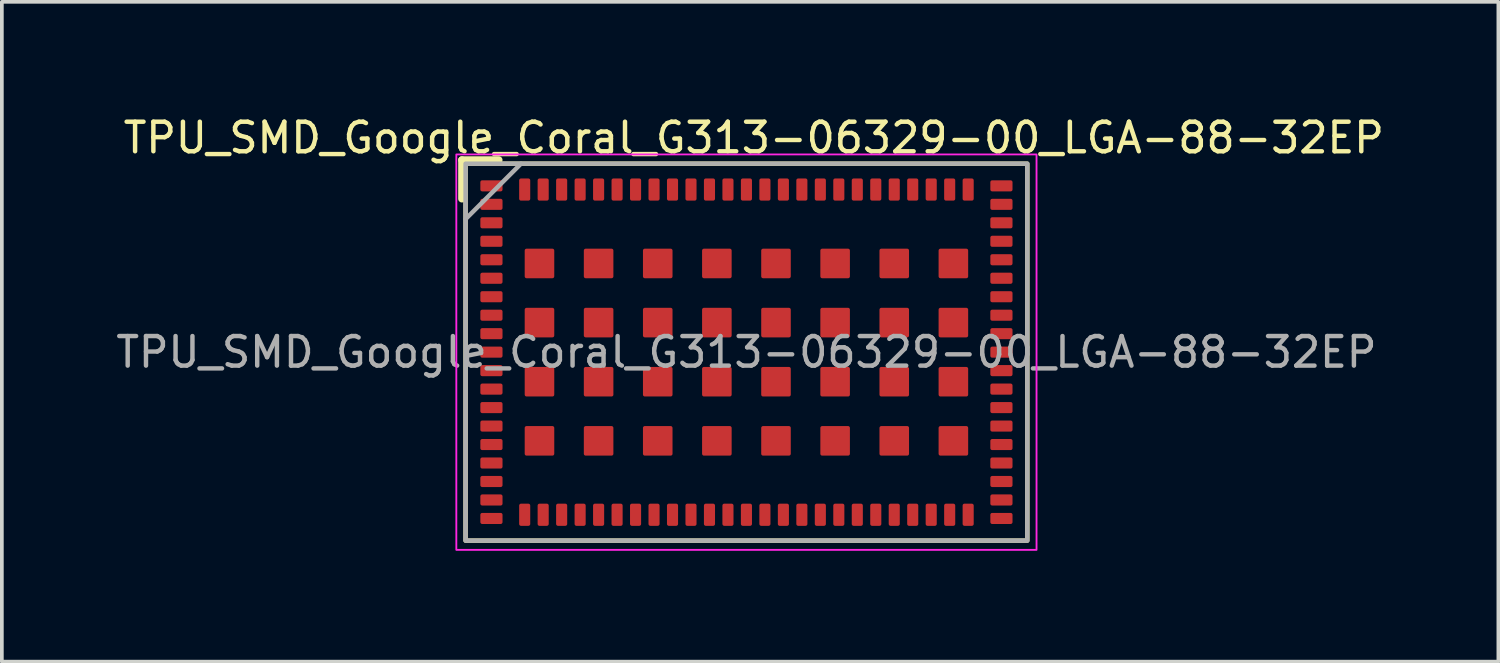
<source format=kicad_pcb>
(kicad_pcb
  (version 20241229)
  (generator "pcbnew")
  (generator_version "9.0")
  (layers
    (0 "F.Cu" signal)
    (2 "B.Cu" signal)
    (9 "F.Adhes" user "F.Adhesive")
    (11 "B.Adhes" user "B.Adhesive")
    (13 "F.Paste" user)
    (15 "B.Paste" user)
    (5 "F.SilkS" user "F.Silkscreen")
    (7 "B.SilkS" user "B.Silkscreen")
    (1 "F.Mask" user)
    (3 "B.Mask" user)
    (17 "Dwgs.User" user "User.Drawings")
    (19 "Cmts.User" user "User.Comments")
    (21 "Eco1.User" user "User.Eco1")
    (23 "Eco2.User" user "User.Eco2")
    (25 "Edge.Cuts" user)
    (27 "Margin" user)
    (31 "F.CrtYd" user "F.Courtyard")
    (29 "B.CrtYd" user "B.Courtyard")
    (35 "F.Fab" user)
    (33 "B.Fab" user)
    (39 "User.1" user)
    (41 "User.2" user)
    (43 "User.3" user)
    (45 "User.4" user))
  (footprint "TPU_SMD_Google_Coral_G313-06329-00_LGA-88-32EP"
    (layer "F.Cu")
    (at 17.148 6.479)
    (property "Reference" "TPU_SMD_Google_Coral_G313-06329-00_LGA-88-32EP" (at 0.2 -5.8 0) (layer "F.SilkS") (effects (font (size 0.8 0.8) (thickness 0.12))))
    (attr smd)
    (fp_line (start -7.7 -5.2) (end -7.7 -4.15) (stroke (width 0.2) (type default)) (layer "F.SilkS"))
    (fp_line (start -7.7 -5.2) (end -6.7 -5.2) (stroke (width 0.2) (type default)) (layer "F.SilkS"))
    (fp_rect (start -7.6 -5.1) (end 7.6 5.1) (stroke (width 0.12) (type default)) (fill no) (layer "F.SilkS"))
    (fp_rect (start -7.85 -5.35) (end 7.85 5.35) (stroke (width 0.05) (type default)) (fill no) (layer "F.CrtYd"))
    (fp_line (start -7.6 -3.6) (end -6.1 -5.1) (stroke (width 0.12) (type default)) (layer "F.Fab"))
    (fp_rect (start -7.6 -5.1) (end 7.6 5.1) (stroke (width 0.12) (type default)) (fill no) (layer "F.Fab"))
    (fp_text user "${REFERENCE}" (at 0 0 0) (layer "F.Fab") (effects (font (size 0.8 0.8) (thickness 0.12))))
    (pad "1" smd roundrect (at -6.9 -4.5 270) (size 0.3 0.6) (layers "F.Cu" "F.Mask" "F.Paste") (roundrect_rratio 0.167))
    (pad "2" smd roundrect (at -6.9 -4 270) (size 0.3 0.6) (layers "F.Cu" "F.Mask" "F.Paste") (roundrect_rratio 0.167))
    (pad "3" smd roundrect (at -6.9 -3.5 270) (size 0.3 0.6) (layers "F.Cu" "F.Mask" "F.Paste") (roundrect_rratio 0.167))
    (pad "4" smd roundrect (at -6.9 -3 270) (size 0.3 0.6) (layers "F.Cu" "F.Mask" "F.Paste") (roundrect_rratio 0.167))
    (pad "5" smd roundrect (at -6.9 -2.5 270) (size 0.3 0.6) (layers "F.Cu" "F.Mask" "F.Paste") (roundrect_rratio 0.167))
    (pad "6" smd roundrect (at -6.9 -2 270) (size 0.3 0.6) (layers "F.Cu" "F.Mask" "F.Paste") (roundrect_rratio 0.167))
    (pad "7" smd roundrect (at -6.9 -1.5 270) (size 0.3 0.6) (layers "F.Cu" "F.Mask" "F.Paste") (roundrect_rratio 0.167))
    (pad "8" smd roundrect (at -6.9 -1 270) (size 0.3 0.6) (layers "F.Cu" "F.Mask" "F.Paste") (roundrect_rratio 0.167))
    (pad "9" smd roundrect (at -6.9 -0.5 270) (size 0.3 0.6) (layers "F.Cu" "F.Mask" "F.Paste") (roundrect_rratio 0.167))
    (pad "10" smd roundrect (at -6.9 0 270) (size 0.3 0.6) (layers "F.Cu" "F.Mask" "F.Paste") (roundrect_rratio 0.167))
    (pad "11" smd roundrect (at -6.9 0.5 270) (size 0.3 0.6) (layers "F.Cu" "F.Mask" "F.Paste") (roundrect_rratio 0.167))
    (pad "12" smd roundrect (at -6.9 1 270) (size 0.3 0.6) (layers "F.Cu" "F.Mask" "F.Paste") (roundrect_rratio 0.167))
    (pad "13" smd roundrect (at -6.9 1.5 270) (size 0.3 0.6) (layers "F.Cu" "F.Mask" "F.Paste") (roundrect_rratio 0.167))
    (pad "14" smd roundrect (at -6.9 2 270) (size 0.3 0.6) (layers "F.Cu" "F.Mask" "F.Paste") (roundrect_rratio 0.167))
    (pad "15" smd roundrect (at -6.9 2.5 270) (size 0.3 0.6) (layers "F.Cu" "F.Mask" "F.Paste") (roundrect_rratio 0.167))
    (pad "16" smd roundrect (at -6.9 3 270) (size 0.3 0.6) (layers "F.Cu" "F.Mask" "F.Paste") (roundrect_rratio 0.167))
    (pad "17" smd roundrect (at -6.9 3.5 270) (size 0.3 0.6) (layers "F.Cu" "F.Mask" "F.Paste") (roundrect_rratio 0.167))
    (pad "18" smd roundrect (at -6.9 4 270) (size 0.3 0.6) (layers "F.Cu" "F.Mask" "F.Paste") (roundrect_rratio 0.167))
    (pad "19" smd roundrect (at -6.9 4.5 270) (size 0.3 0.6) (layers "F.Cu" "F.Mask" "F.Paste") (roundrect_rratio 0.167))
    (pad "20" smd roundrect (at -6 4.4 270) (size 0.6 0.3) (layers "F.Cu" "F.Mask" "F.Paste") (roundrect_rratio 0.167))
    (pad "21" smd roundrect (at -5.5 4.4 270) (size 0.6 0.3) (layers "F.Cu" "F.Mask" "F.Paste") (roundrect_rratio 0.167))
    (pad "22" smd roundrect (at -5 4.4 270) (size 0.6 0.3) (layers "F.Cu" "F.Mask" "F.Paste") (roundrect_rratio 0.167))
    (pad "23" smd roundrect (at -4.5 4.4 270) (size 0.6 0.3) (layers "F.Cu" "F.Mask" "F.Paste") (roundrect_rratio 0.167))
    (pad "24" smd roundrect (at -4 4.4 270) (size 0.6 0.3) (layers "F.Cu" "F.Mask" "F.Paste") (roundrect_rratio 0.167))
    (pad "25" smd roundrect (at -3.5 4.4 270) (size 0.6 0.3) (layers "F.Cu" "F.Mask" "F.Paste") (roundrect_rratio 0.167))
    (pad "26" smd roundrect (at -3 4.4 270) (size 0.6 0.3) (layers "F.Cu" "F.Mask" "F.Paste") (roundrect_rratio 0.167))
    (pad "27" smd roundrect (at -2.5 4.4 270) (size 0.6 0.3) (layers "F.Cu" "F.Mask" "F.Paste") (roundrect_rratio 0.167))
    (pad "28" smd roundrect (at -2 4.4 270) (size 0.6 0.3) (layers "F.Cu" "F.Mask" "F.Paste") (roundrect_rratio 0.167))
    (pad "29" smd roundrect (at -1.5 4.4 270) (size 0.6 0.3) (layers "F.Cu" "F.Mask" "F.Paste") (roundrect_rratio 0.167))
    (pad "30" smd roundrect (at -1 4.4 270) (size 0.6 0.3) (layers "F.Cu" "F.Mask" "F.Paste") (roundrect_rratio 0.167))
    (pad "31" smd roundrect (at -0.5 4.4 270) (size 0.6 0.3) (layers "F.Cu" "F.Mask" "F.Paste") (roundrect_rratio 0.167))
    (pad "32" smd roundrect (at 0 4.4 270) (size 0.6 0.3) (layers "F.Cu" "F.Mask" "F.Paste") (roundrect_rratio 0.167))
    (pad "33" smd roundrect (at 0.5 4.4 270) (size 0.6 0.3) (layers "F.Cu" "F.Mask" "F.Paste") (roundrect_rratio 0.167))
    (pad "34" smd roundrect (at 1 4.4 270) (size 0.6 0.3) (layers "F.Cu" "F.Mask" "F.Paste") (roundrect_rratio 0.167))
    (pad "35" smd roundrect (at 1.5 4.4 270) (size 0.6 0.3) (layers "F.Cu" "F.Mask" "F.Paste") (roundrect_rratio 0.167))
    (pad "36" smd roundrect (at 2 4.4 270) (size 0.6 0.3) (layers "F.Cu" "F.Mask" "F.Paste") (roundrect_rratio 0.167))
    (pad "37" smd roundrect (at 2.5 4.4 270) (size 0.6 0.3) (layers "F.Cu" "F.Mask" "F.Paste") (roundrect_rratio 0.167))
    (pad "38" smd roundrect (at 3 4.4 270) (size 0.6 0.3) (layers "F.Cu" "F.Mask" "F.Paste") (roundrect_rratio 0.167))
    (pad "39" smd roundrect (at 3.5 4.4 270) (size 0.6 0.3) (layers "F.Cu" "F.Mask" "F.Paste") (roundrect_rratio 0.167))
    (pad "40" smd roundrect (at 4 4.4 270) (size 0.6 0.3) (layers "F.Cu" "F.Mask" "F.Paste") (roundrect_rratio 0.167))
    (pad "41" smd roundrect (at 4.5 4.4 270) (size 0.6 0.3) (layers "F.Cu" "F.Mask" "F.Paste") (roundrect_rratio 0.167))
    (pad "42" smd roundrect (at 5 4.4 270) (size 0.6 0.3) (layers "F.Cu" "F.Mask" "F.Paste") (roundrect_rratio 0.167))
    (pad "43" smd roundrect (at 5.5 4.4 270) (size 0.6 0.3) (layers "F.Cu" "F.Mask" "F.Paste") (roundrect_rratio 0.167))
    (pad "44" smd roundrect (at 6 4.4 270) (size 0.6 0.3) (layers "F.Cu" "F.Mask" "F.Paste") (roundrect_rratio 0.167))
    (pad "45" smd roundrect (at 6.9 4.5 270) (size 0.3 0.6) (layers "F.Cu" "F.Mask" "F.Paste") (roundrect_rratio 0.167))
    (pad "46" smd roundrect (at 6.9 4 270) (size 0.3 0.6) (layers "F.Cu" "F.Mask" "F.Paste") (roundrect_rratio 0.167))
    (pad "47" smd roundrect (at 6.9 3.5 270) (size 0.3 0.6) (layers "F.Cu" "F.Mask" "F.Paste") (roundrect_rratio 0.167))
    (pad "48" smd roundrect (at 6.9 3 270) (size 0.3 0.6) (layers "F.Cu" "F.Mask" "F.Paste") (roundrect_rratio 0.167))
    (pad "49" smd roundrect (at 6.9 2.5 270) (size 0.3 0.6) (layers "F.Cu" "F.Mask" "F.Paste") (roundrect_rratio 0.167))
    (pad "50" smd roundrect (at 6.9 2 270) (size 0.3 0.6) (layers "F.Cu" "F.Mask" "F.Paste") (roundrect_rratio 0.167))
    (pad "51" smd roundrect (at 6.9 1.5 270) (size 0.3 0.6) (layers "F.Cu" "F.Mask" "F.Paste") (roundrect_rratio 0.167))
    (pad "52" smd roundrect (at 6.9 1 270) (size 0.3 0.6) (layers "F.Cu" "F.Mask" "F.Paste") (roundrect_rratio 0.167))
    (pad "53" smd roundrect (at 6.9 0.5 270) (size 0.3 0.6) (layers "F.Cu" "F.Mask" "F.Paste") (roundrect_rratio 0.167))
    (pad "54" smd roundrect (at 6.9 0 270) (size 0.3 0.6) (layers "F.Cu" "F.Mask" "F.Paste") (roundrect_rratio 0.167))
    (pad "55" smd roundrect (at 6.9 -0.5 270) (size 0.3 0.6) (layers "F.Cu" "F.Mask" "F.Paste") (roundrect_rratio 0.167))
    (pad "56" smd roundrect (at 6.9 -1 270) (size 0.3 0.6) (layers "F.Cu" "F.Mask" "F.Paste") (roundrect_rratio 0.167))
    (pad "57" smd roundrect (at 6.9 -1.5 270) (size 0.3 0.6) (layers "F.Cu" "F.Mask" "F.Paste") (roundrect_rratio 0.167))
    (pad "58" smd roundrect (at 6.9 -2 270) (size 0.3 0.6) (layers "F.Cu" "F.Mask" "F.Paste") (roundrect_rratio 0.167))
    (pad "59" smd roundrect (at 6.9 -2.5 270) (size 0.3 0.6) (layers "F.Cu" "F.Mask" "F.Paste") (roundrect_rratio 0.167))
    (pad "60" smd roundrect (at 6.9 -3 270) (size 0.3 0.6) (layers "F.Cu" "F.Mask" "F.Paste") (roundrect_rratio 0.167))
    (pad "61" smd roundrect (at 6.9 -3.5 270) (size 0.3 0.6) (layers "F.Cu" "F.Mask" "F.Paste") (roundrect_rratio 0.167))
    (pad "62" smd roundrect (at 6.9 -4 270) (size 0.3 0.6) (layers "F.Cu" "F.Mask" "F.Paste") (roundrect_rratio 0.167))
    (pad "63" smd roundrect (at 6.9 -4.5 270) (size 0.3 0.6) (layers "F.Cu" "F.Mask" "F.Paste") (roundrect_rratio 0.167))
    (pad "64" smd roundrect (at 6 -4.4 270) (size 0.6 0.3) (layers "F.Cu" "F.Mask" "F.Paste") (roundrect_rratio 0.167))
    (pad "65" smd roundrect (at 5.5 -4.4 270) (size 0.6 0.3) (layers "F.Cu" "F.Mask" "F.Paste") (roundrect_rratio 0.167))
    (pad "66" smd roundrect (at 5 -4.4 270) (size 0.6 0.3) (layers "F.Cu" "F.Mask" "F.Paste") (roundrect_rratio 0.167))
    (pad "67" smd roundrect (at 4.5 -4.4 270) (size 0.6 0.3) (layers "F.Cu" "F.Mask" "F.Paste") (roundrect_rratio 0.167))
    (pad "68" smd roundrect (at 4 -4.4 270) (size 0.6 0.3) (layers "F.Cu" "F.Mask" "F.Paste") (roundrect_rratio 0.167))
    (pad "69" smd roundrect (at 3.5 -4.4 270) (size 0.6 0.3) (layers "F.Cu" "F.Mask" "F.Paste") (roundrect_rratio 0.167))
    (pad "70" smd roundrect (at 3 -4.4 270) (size 0.6 0.3) (layers "F.Cu" "F.Mask" "F.Paste") (roundrect_rratio 0.167))
    (pad "71" smd roundrect (at 2.5 -4.4 270) (size 0.6 0.3) (layers "F.Cu" "F.Mask" "F.Paste") (roundrect_rratio 0.167))
    (pad "72" smd roundrect (at 2 -4.4 270) (size 0.6 0.3) (layers "F.Cu" "F.Mask" "F.Paste") (roundrect_rratio 0.167))
    (pad "73" smd roundrect (at 1.5 -4.4 270) (size 0.6 0.3) (layers "F.Cu" "F.Mask" "F.Paste") (roundrect_rratio 0.167))
    (pad "74" smd roundrect (at 1 -4.4 270) (size 0.6 0.3) (layers "F.Cu" "F.Mask" "F.Paste") (roundrect_rratio 0.167))
    (pad "75" smd roundrect (at 0.5 -4.4 270) (size 0.6 0.3) (layers "F.Cu" "F.Mask" "F.Paste") (roundrect_rratio 0.167))
    (pad "76" smd roundrect (at 0 -4.4 270) (size 0.6 0.3) (layers "F.Cu" "F.Mask" "F.Paste") (roundrect_rratio 0.167))
    (pad "77" smd roundrect (at -0.5 -4.4 270) (size 0.6 0.3) (layers "F.Cu" "F.Mask" "F.Paste") (roundrect_rratio 0.167))
    (pad "78" smd roundrect (at -1 -4.4 270) (size 0.6 0.3) (layers "F.Cu" "F.Mask" "F.Paste") (roundrect_rratio 0.167))
    (pad "79" smd roundrect (at -1.5 -4.4 270) (size 0.6 0.3) (layers "F.Cu" "F.Mask" "F.Paste") (roundrect_rratio 0.167))
    (pad "80" smd roundrect (at -2 -4.4 270) (size 0.6 0.3) (layers "F.Cu" "F.Mask" "F.Paste") (roundrect_rratio 0.167))
    (pad "81" smd roundrect (at -2.5 -4.4 270) (size 0.6 0.3) (layers "F.Cu" "F.Mask" "F.Paste") (roundrect_rratio 0.167))
    (pad "82" smd roundrect (at -3 -4.4 270) (size 0.6 0.3) (layers "F.Cu" "F.Mask" "F.Paste") (roundrect_rratio 0.167))
    (pad "83" smd roundrect (at -3.5 -4.4 270) (size 0.6 0.3) (layers "F.Cu" "F.Mask" "F.Paste") (roundrect_rratio 0.167))
    (pad "84" smd roundrect (at -4 -4.4 270) (size 0.6 0.3) (layers "F.Cu" "F.Mask" "F.Paste") (roundrect_rratio 0.167))
    (pad "85" smd roundrect (at -4.5 -4.4 270) (size 0.6 0.3) (layers "F.Cu" "F.Mask" "F.Paste") (roundrect_rratio 0.167))
    (pad "86" smd roundrect (at -5 -4.4 270) (size 0.6 0.3) (layers "F.Cu" "F.Mask" "F.Paste") (roundrect_rratio 0.167))
    (pad "87" smd roundrect (at -5.5 -4.4 270) (size 0.6 0.3) (layers "F.Cu" "F.Mask" "F.Paste") (roundrect_rratio 0.167))
    (pad "88" smd roundrect (at -6 -4.4 270) (size 0.6 0.3) (layers "F.Cu" "F.Mask" "F.Paste") (roundrect_rratio 0.167))
    (pad "89" smd roundrect (at 5.6 -2.4 270) (size 0.8 0.8) (property pad_prop_heatsink) (layers "F.Cu" "F.Mask" "F.Paste") (roundrect_rratio 0.062))
    (pad "90" smd roundrect (at 4 -2.4 270) (size 0.8 0.8) (property pad_prop_heatsink) (layers "F.Cu" "F.Mask" "F.Paste") (roundrect_rratio 0.062))
    (pad "91" smd roundrect (at 2.4 -2.4 270) (size 0.8 0.8) (property pad_prop_heatsink) (layers "F.Cu" "F.Mask" "F.Paste") (roundrect_rratio 0.062))
    (pad "92" smd roundrect (at 0.8 -2.4 270) (size 0.8 0.8) (property pad_prop_heatsink) (layers "F.Cu" "F.Mask" "F.Paste") (roundrect_rratio 0.062))
    (pad "93" smd roundrect (at -0.8 -2.4 270) (size 0.8 0.8) (property pad_prop_heatsink) (layers "F.Cu" "F.Mask" "F.Paste") (roundrect_rratio 0.062))
    (pad "94" smd roundrect (at -2.4 -2.4 270) (size 0.8 0.8) (property pad_prop_heatsink) (layers "F.Cu" "F.Mask" "F.Paste") (roundrect_rratio 0.062))
    (pad "95" smd roundrect (at -4 -2.4 270) (size 0.8 0.8) (property pad_prop_heatsink) (layers "F.Cu" "F.Mask" "F.Paste") (roundrect_rratio 0.062))
    (pad "96" smd roundrect (at -5.6 -2.4 270) (size 0.8 0.8) (property pad_prop_heatsink) (layers "F.Cu" "F.Mask" "F.Paste") (roundrect_rratio 0.062))
    (pad "97" smd roundrect (at 5.6 -0.8 270) (size 0.8 0.8) (property pad_prop_heatsink) (layers "F.Cu" "F.Mask" "F.Paste") (roundrect_rratio 0.062))
    (pad "98" smd roundrect (at 4 -0.8 270) (size 0.8 0.8) (property pad_prop_heatsink) (layers "F.Cu" "F.Mask" "F.Paste") (roundrect_rratio 0.062))
    (pad "99" smd roundrect (at 2.4 -0.8 270) (size 0.8 0.8) (property pad_prop_heatsink) (layers "F.Cu" "F.Mask" "F.Paste") (roundrect_rratio 0.062))
    (pad "100" smd roundrect (at 0.8 -0.8 270) (size 0.8 0.8) (property pad_prop_heatsink) (layers "F.Cu" "F.Mask" "F.Paste") (roundrect_rratio 0.062))
    (pad "101" smd roundrect (at -0.8 -0.8 270) (size 0.8 0.8) (property pad_prop_heatsink) (layers "F.Cu" "F.Mask" "F.Paste") (roundrect_rratio 0.062))
    (pad "102" smd roundrect (at -2.4 -0.8 270) (size 0.8 0.8) (property pad_prop_heatsink) (layers "F.Cu" "F.Mask" "F.Paste") (roundrect_rratio 0.062))
    (pad "103" smd roundrect (at -4 -0.8 270) (size 0.8 0.8) (property pad_prop_heatsink) (layers "F.Cu" "F.Mask" "F.Paste") (roundrect_rratio 0.062))
    (pad "104" smd roundrect (at -5.6 -0.8 270) (size 0.8 0.8) (property pad_prop_heatsink) (layers "F.Cu" "F.Mask" "F.Paste") (roundrect_rratio 0.062))
    (pad "105" smd roundrect (at 5.6 0.8 270) (size 0.8 0.8) (property pad_prop_heatsink) (layers "F.Cu" "F.Mask" "F.Paste") (roundrect_rratio 0.062))
    (pad "106" smd roundrect (at 4 0.8 270) (size 0.8 0.8) (property pad_prop_heatsink) (layers "F.Cu" "F.Mask" "F.Paste") (roundrect_rratio 0.062))
    (pad "107" smd roundrect (at 2.4 0.8 270) (size 0.8 0.8) (property pad_prop_heatsink) (layers "F.Cu" "F.Mask" "F.Paste") (roundrect_rratio 0.062))
    (pad "108" smd roundrect (at 0.8 0.8 270) (size 0.8 0.8) (property pad_prop_heatsink) (layers "F.Cu" "F.Mask" "F.Paste") (roundrect_rratio 0.062))
    (pad "109" smd roundrect (at -0.8 0.8 270) (size 0.8 0.8) (property pad_prop_heatsink) (layers "F.Cu" "F.Mask" "F.Paste") (roundrect_rratio 0.062))
    (pad "110" smd roundrect (at -2.4 0.8 270) (size 0.8 0.8) (property pad_prop_heatsink) (layers "F.Cu" "F.Mask" "F.Paste") (roundrect_rratio 0.062))
    (pad "111" smd roundrect (at -4 0.8 270) (size 0.8 0.8) (property pad_prop_heatsink) (layers "F.Cu" "F.Mask" "F.Paste") (roundrect_rratio 0.062))
    (pad "112" smd roundrect (at -5.6 0.8 270) (size 0.8 0.8) (property pad_prop_heatsink) (layers "F.Cu" "F.Mask" "F.Paste") (roundrect_rratio 0.062))
    (pad "113" smd roundrect (at 5.6 2.4 270) (size 0.8 0.8) (property pad_prop_heatsink) (layers "F.Cu" "F.Mask" "F.Paste") (roundrect_rratio 0.062))
    (pad "114" smd roundrect (at 4 2.4 270) (size 0.8 0.8) (property pad_prop_heatsink) (layers "F.Cu" "F.Mask" "F.Paste") (roundrect_rratio 0.062))
    (pad "115" smd roundrect (at 2.4 2.4 270) (size 0.8 0.8) (property pad_prop_heatsink) (layers "F.Cu" "F.Mask" "F.Paste") (roundrect_rratio 0.062))
    (pad "116" smd roundrect (at 0.8 2.4 270) (size 0.8 0.8) (property pad_prop_heatsink) (layers "F.Cu" "F.Mask" "F.Paste") (roundrect_rratio 0.062))
    (pad "117" smd roundrect (at -0.8 2.4 270) (size 0.8 0.8) (property pad_prop_heatsink) (layers "F.Cu" "F.Mask" "F.Paste") (roundrect_rratio 0.062))
    (pad "118" smd roundrect (at -2.4 2.4 270) (size 0.8 0.8) (property pad_prop_heatsink) (layers "F.Cu" "F.Mask" "F.Paste") (roundrect_rratio 0.062))
    (pad "119" smd roundrect (at -4 2.4 270) (size 0.8 0.8) (property pad_prop_heatsink) (layers "F.Cu" "F.Mask" "F.Paste") (roundrect_rratio 0.062))
    (pad "120" smd roundrect (at -5.6 2.4 270) (size 0.8 0.8) (property pad_prop_heatsink) (layers "F.Cu" "F.Mask" "F.Paste") (roundrect_rratio 0.062)))
  (gr_rect
    (start -3 -3)
    (end 37.495 14.854)
    (stroke (width 0.1) (type default))
    (fill no)
    (layer "Edge.Cuts")))
</source>
